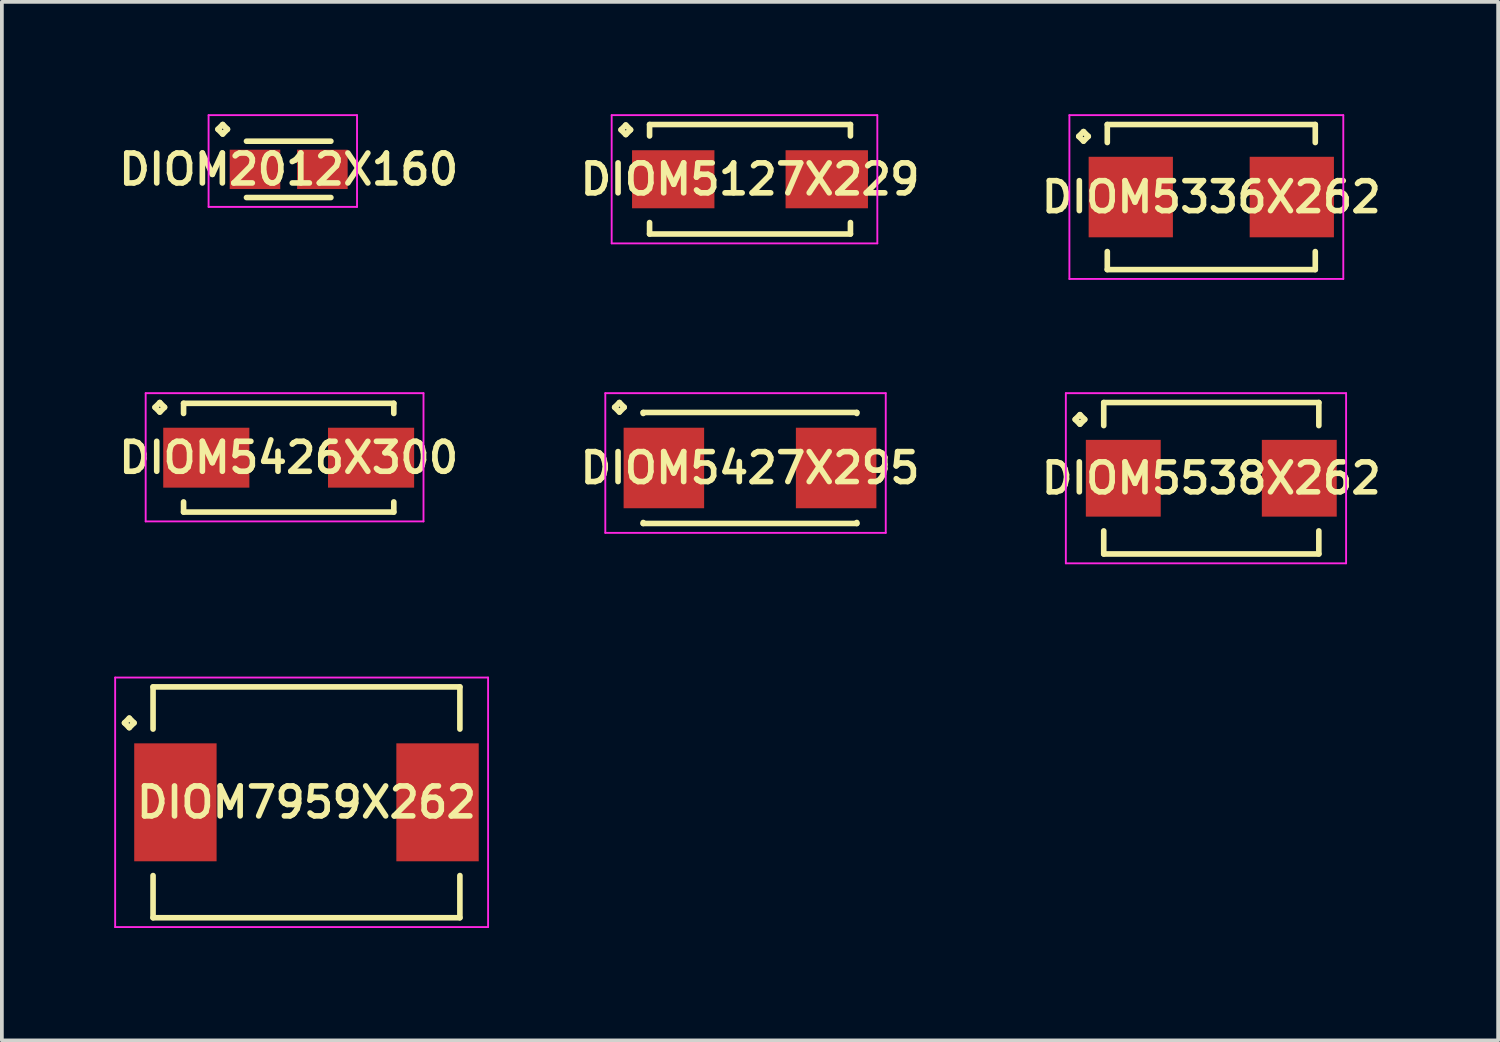
<source format=kicad_pcb>
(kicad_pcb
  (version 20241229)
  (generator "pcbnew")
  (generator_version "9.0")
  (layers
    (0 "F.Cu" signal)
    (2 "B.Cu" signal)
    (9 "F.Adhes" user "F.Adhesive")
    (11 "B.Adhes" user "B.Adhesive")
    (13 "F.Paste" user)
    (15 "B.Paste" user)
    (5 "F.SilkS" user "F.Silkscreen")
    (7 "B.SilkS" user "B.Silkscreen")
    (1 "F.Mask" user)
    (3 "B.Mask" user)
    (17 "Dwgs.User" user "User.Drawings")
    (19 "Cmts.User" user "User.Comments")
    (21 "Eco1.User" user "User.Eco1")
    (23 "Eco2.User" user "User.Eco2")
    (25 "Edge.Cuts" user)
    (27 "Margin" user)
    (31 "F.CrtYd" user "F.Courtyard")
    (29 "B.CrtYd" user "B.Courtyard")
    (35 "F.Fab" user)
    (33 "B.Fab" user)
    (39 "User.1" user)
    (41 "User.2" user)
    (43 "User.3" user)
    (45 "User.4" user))
  (footprint "DIOM5426X300"
    (layer "F.Cu")
    (at 4.659 9.172)
    (property "Reference" "DIOM5426X300" (at 0 0 0) (layer "F.SilkS") (effects (font (size 0.8 0.8) (thickness 0.15))))
    (attr smd)
    (fp_line (start -3.569 -1.346) (end -3.442 -1.473) (stroke (width 0.15) (type solid)) (layer "F.SilkS"))
    (fp_line (start -3.442 -1.473) (end -3.315 -1.346) (stroke (width 0.15) (type solid)) (layer "F.SilkS"))
    (fp_line (start -3.442 -1.219) (end -3.569 -1.346) (stroke (width 0.15) (type solid)) (layer "F.SilkS"))
    (fp_line (start -3.315 -1.346) (end -3.442 -1.219) (stroke (width 0.15) (type solid)) (layer "F.SilkS"))
    (fp_line (start -2.807 -1.452) (end 2.807 -1.452) (stroke (width 0.15) (type solid)) (layer "F.SilkS"))
    (fp_line (start -2.807 -1.181) (end -2.807 -1.452) (stroke (width 0.15) (type solid)) (layer "F.SilkS"))
    (fp_line (start -2.807 1.181) (end -2.807 1.452) (stroke (width 0.15) (type solid)) (layer "F.SilkS"))
    (fp_line (start -2.807 1.452) (end 2.807 1.452) (stroke (width 0.15) (type solid)) (layer "F.SilkS"))
    (fp_line (start 2.807 -1.452) (end 2.807 -1.181) (stroke (width 0.15) (type solid)) (layer "F.SilkS"))
    (fp_line (start 2.807 1.452) (end 2.807 1.181) (stroke (width 0.15) (type solid)) (layer "F.SilkS"))
    (fp_line (start -3.819 -1.723) (end 3.6 -1.723) (stroke (width 0.05) (type solid)) (layer "F.CrtYd"))
    (fp_line (start -3.819 1.702) (end -3.819 -1.723) (stroke (width 0.05) (type solid)) (layer "F.CrtYd"))
    (fp_line (start 3.6 -1.723) (end 3.6 1.702) (stroke (width 0.05) (type solid)) (layer "F.CrtYd"))
    (fp_line (start 3.6 1.702) (end -3.819 1.702) (stroke (width 0.05) (type solid)) (layer "F.CrtYd"))
    (pad "1" smd rect (at -2.2 0) (size 2.3 1.6) (layers "F.Cu" "F.Mask" "F.Paste"))
    (pad "2" smd rect (at 2.2 0) (size 2.3 1.6) (layers "F.Cu" "F.Mask" "F.Paste")))
  (footprint "DIOM5127X229"
    (layer "F.Cu")
    (at 16.978 1.737)
    (property "Reference" "DIOM5127X229" (at 0 0 0) (layer "F.SilkS") (effects (font (size 0.8 0.8) (thickness 0.15))))
    (attr smd)
    (fp_line (start -3.444 -1.321) (end -3.317 -1.448) (stroke (width 0.15) (type solid)) (layer "F.SilkS"))
    (fp_line (start -3.317 -1.448) (end -3.19 -1.321) (stroke (width 0.15) (type solid)) (layer "F.SilkS"))
    (fp_line (start -3.317 -1.194) (end -3.444 -1.321) (stroke (width 0.15) (type solid)) (layer "F.SilkS"))
    (fp_line (start -3.19 -1.321) (end -3.317 -1.194) (stroke (width 0.15) (type solid)) (layer "F.SilkS"))
    (fp_line (start -2.682 -1.462) (end 2.682 -1.462) (stroke (width 0.15) (type solid)) (layer "F.SilkS"))
    (fp_line (start -2.682 -1.156) (end -2.682 -1.462) (stroke (width 0.15) (type solid)) (layer "F.SilkS"))
    (fp_line (start -2.682 1.156) (end -2.682 1.462) (stroke (width 0.15) (type solid)) (layer "F.SilkS"))
    (fp_line (start -2.682 1.462) (end 2.682 1.462) (stroke (width 0.15) (type solid)) (layer "F.SilkS"))
    (fp_line (start 2.682 -1.462) (end 2.682 -1.156) (stroke (width 0.15) (type solid)) (layer "F.SilkS"))
    (fp_line (start 2.682 1.462) (end 2.682 1.156) (stroke (width 0.15) (type solid)) (layer "F.SilkS"))
    (fp_line (start -3.694 -1.712) (end 3.4 -1.712) (stroke (width 0.05) (type solid)) (layer "F.CrtYd"))
    (fp_line (start -3.694 1.712) (end -3.694 -1.712) (stroke (width 0.05) (type solid)) (layer "F.CrtYd"))
    (fp_line (start 3.4 -1.712) (end 3.4 1.712) (stroke (width 0.05) (type solid)) (layer "F.CrtYd"))
    (fp_line (start 3.4 1.712) (end -3.694 1.712) (stroke (width 0.05) (type solid)) (layer "F.CrtYd"))
    (pad "1" smd rect (at -2.05 0) (size 2.2 1.55) (layers "F.Cu" "F.Mask" "F.Paste"))
    (pad "2" smd rect (at 2.05 0) (size 2.2 1.55) (layers "F.Cu" "F.Mask" "F.Paste")))
  (footprint "DIOM2012X160"
    (layer "F.Cu")
    (at 4.659 1.473)
    (property "Reference" "DIOM2012X160" (at 0 0 0) (layer "F.SilkS") (effects (font (size 0.8 0.8) (thickness 0.15))))
    (attr smd)
    (fp_line (start -1.889 -1.071) (end -1.762 -1.198) (stroke (width 0.15) (type solid)) (layer "F.SilkS"))
    (fp_line (start -1.762 -1.198) (end -1.635 -1.071) (stroke (width 0.15) (type solid)) (layer "F.SilkS"))
    (fp_line (start -1.762 -0.944) (end -1.889 -1.071) (stroke (width 0.15) (type solid)) (layer "F.SilkS"))
    (fp_line (start -1.635 -1.071) (end -1.762 -0.944) (stroke (width 0.15) (type solid)) (layer "F.SilkS"))
    (fp_line (start -1.127 -0.752) (end 1.127 -0.752) (stroke (width 0.15) (type solid)) (layer "F.SilkS"))
    (fp_line (start -1.127 0.752) (end 1.127 0.752) (stroke (width 0.15) (type solid)) (layer "F.SilkS"))
    (fp_line (start -2.139 -1.448) (end 1.825 -1.448) (stroke (width 0.05) (type solid)) (layer "F.CrtYd"))
    (fp_line (start -2.139 1.002) (end -2.139 -1.448) (stroke (width 0.05) (type solid)) (layer "F.CrtYd"))
    (fp_line (start 1.825 -1.448) (end 1.825 1.002) (stroke (width 0.05) (type solid)) (layer "F.CrtYd"))
    (fp_line (start 1.825 1.002) (end -2.139 1.002) (stroke (width 0.05) (type solid)) (layer "F.CrtYd"))
    (pad "1" smd rect (at -0.9 0) (size 1.35 1.05) (layers "F.Cu" "F.Mask" "F.Paste"))
    (pad "2" smd rect (at 0.9 0) (size 1.35 1.05) (layers "F.Cu" "F.Mask" "F.Paste")))
  (footprint "DIOM5427X295"
    (layer "F.Cu")
    (at 16.978 9.447)
    (property "Reference" "DIOM5427X295" (at 0 0 0) (layer "F.SilkS") (effects (font (size 0.8 0.8) (thickness 0.15))))
    (attr smd)
    (fp_line (start -3.614 -1.621) (end -3.487 -1.748) (stroke (width 0.15) (type solid)) (layer "F.SilkS"))
    (fp_line (start -3.487 -1.748) (end -3.36 -1.621) (stroke (width 0.15) (type solid)) (layer "F.SilkS"))
    (fp_line (start -3.487 -1.494) (end -3.614 -1.621) (stroke (width 0.15) (type solid)) (layer "F.SilkS"))
    (fp_line (start -3.36 -1.621) (end -3.487 -1.494) (stroke (width 0.15) (type solid)) (layer "F.SilkS"))
    (fp_line (start -2.852 -1.482) (end 2.852 -1.482) (stroke (width 0.15) (type solid)) (layer "F.SilkS"))
    (fp_line (start -2.852 -1.456) (end -2.852 -1.482) (stroke (width 0.15) (type solid)) (layer "F.SilkS"))
    (fp_line (start -2.852 1.456) (end -2.852 1.482) (stroke (width 0.15) (type solid)) (layer "F.SilkS"))
    (fp_line (start -2.852 1.482) (end 2.852 1.482) (stroke (width 0.15) (type solid)) (layer "F.SilkS"))
    (fp_line (start 2.852 -1.482) (end 2.852 -1.456) (stroke (width 0.15) (type solid)) (layer "F.SilkS"))
    (fp_line (start 2.852 1.482) (end 2.852 1.456) (stroke (width 0.15) (type solid)) (layer "F.SilkS"))
    (fp_line (start -3.864 -1.998) (end 3.625 -1.998) (stroke (width 0.05) (type solid)) (layer "F.CrtYd"))
    (fp_line (start -3.864 1.732) (end -3.864 -1.998) (stroke (width 0.05) (type solid)) (layer "F.CrtYd"))
    (fp_line (start 3.625 -1.998) (end 3.625 1.732) (stroke (width 0.05) (type solid)) (layer "F.CrtYd"))
    (fp_line (start 3.625 1.732) (end -3.864 1.732) (stroke (width 0.05) (type solid)) (layer "F.CrtYd"))
    (pad "1" smd rect (at -2.3 0) (size 2.15 2.15) (layers "F.Cu" "F.Mask" "F.Paste"))
    (pad "2" smd rect (at 2.3 0) (size 2.15 2.15) (layers "F.Cu" "F.Mask" "F.Paste")))
  (footprint "DIOM5336X262"
    (layer "F.Cu")
    (at 29.296 2.212)
    (property "Reference" "DIOM5336X262" (at 0 0 0) (layer "F.SilkS") (effects (font (size 0.8 0.8) (thickness 0.15))))
    (attr smd)
    (fp_line (start -3.539 -1.621) (end -3.412 -1.748) (stroke (width 0.15) (type solid)) (layer "F.SilkS"))
    (fp_line (start -3.412 -1.748) (end -3.285 -1.621) (stroke (width 0.15) (type solid)) (layer "F.SilkS"))
    (fp_line (start -3.412 -1.494) (end -3.539 -1.621) (stroke (width 0.15) (type solid)) (layer "F.SilkS"))
    (fp_line (start -3.285 -1.621) (end -3.412 -1.494) (stroke (width 0.15) (type solid)) (layer "F.SilkS"))
    (fp_line (start -2.777 -1.937) (end 2.777 -1.937) (stroke (width 0.15) (type solid)) (layer "F.SilkS"))
    (fp_line (start -2.777 -1.456) (end -2.777 -1.937) (stroke (width 0.15) (type solid)) (layer "F.SilkS"))
    (fp_line (start -2.777 1.456) (end -2.777 1.937) (stroke (width 0.15) (type solid)) (layer "F.SilkS"))
    (fp_line (start -2.777 1.937) (end 2.777 1.937) (stroke (width 0.15) (type solid)) (layer "F.SilkS"))
    (fp_line (start 2.777 -1.937) (end 2.777 -1.456) (stroke (width 0.15) (type solid)) (layer "F.SilkS"))
    (fp_line (start 2.777 1.937) (end 2.777 1.456) (stroke (width 0.15) (type solid)) (layer "F.SilkS"))
    (fp_line (start -3.789 -2.187) (end 3.525 -2.187) (stroke (width 0.05) (type solid)) (layer "F.CrtYd"))
    (fp_line (start -3.789 2.187) (end -3.789 -2.187) (stroke (width 0.05) (type solid)) (layer "F.CrtYd"))
    (fp_line (start 3.525 -2.187) (end 3.525 2.187) (stroke (width 0.05) (type solid)) (layer "F.CrtYd"))
    (fp_line (start 3.525 2.187) (end -3.789 2.187) (stroke (width 0.05) (type solid)) (layer "F.CrtYd"))
    (pad "1" smd rect (at -2.15 0) (size 2.25 2.15) (layers "F.Cu" "F.Mask" "F.Paste"))
    (pad "2" smd rect (at 2.15 0) (size 2.25 2.15) (layers "F.Cu" "F.Mask" "F.Paste")))
  (footprint "DIOM7959X262"
    (layer "F.Cu")
    (at 5.134 18.375)
    (property "Reference" "DIOM7959X262" (at 0 0 0) (layer "F.SilkS") (effects (font (size 0.8 0.8) (thickness 0.15))))
    (attr smd)
    (fp_line (start -4.859 -2.121) (end -4.732 -2.248) (stroke (width 0.15) (type solid)) (layer "F.SilkS"))
    (fp_line (start -4.732 -2.248) (end -4.605 -2.121) (stroke (width 0.15) (type solid)) (layer "F.SilkS"))
    (fp_line (start -4.732 -1.994) (end -4.859 -2.121) (stroke (width 0.15) (type solid)) (layer "F.SilkS"))
    (fp_line (start -4.605 -2.121) (end -4.732 -1.994) (stroke (width 0.15) (type solid)) (layer "F.SilkS"))
    (fp_line (start -4.097 -3.082) (end 4.097 -3.082) (stroke (width 0.15) (type solid)) (layer "F.SilkS"))
    (fp_line (start -4.097 -1.956) (end -4.097 -3.082) (stroke (width 0.15) (type solid)) (layer "F.SilkS"))
    (fp_line (start -4.097 1.956) (end -4.097 3.082) (stroke (width 0.15) (type solid)) (layer "F.SilkS"))
    (fp_line (start -4.097 3.082) (end 4.097 3.082) (stroke (width 0.15) (type solid)) (layer "F.SilkS"))
    (fp_line (start 4.097 -3.082) (end 4.097 -1.956) (stroke (width 0.15) (type solid)) (layer "F.SilkS"))
    (fp_line (start 4.097 3.082) (end 4.097 1.956) (stroke (width 0.15) (type solid)) (layer "F.SilkS"))
    (fp_line (start -5.109 -3.332) (end 4.85 -3.332) (stroke (width 0.05) (type solid)) (layer "F.CrtYd"))
    (fp_line (start -5.109 3.332) (end -5.109 -3.332) (stroke (width 0.05) (type solid)) (layer "F.CrtYd"))
    (fp_line (start 4.85 -3.332) (end 4.85 3.332) (stroke (width 0.05) (type solid)) (layer "F.CrtYd"))
    (fp_line (start 4.85 3.332) (end -5.109 3.332) (stroke (width 0.05) (type solid)) (layer "F.CrtYd"))
    (pad "1" smd rect (at -3.5 0) (size 2.2 3.15) (layers "F.Cu" "F.Mask" "F.Paste"))
    (pad "2" smd rect (at 3.5 0) (size 2.2 3.15) (layers "F.Cu" "F.Mask" "F.Paste")))
  (footprint "DIOM5538X262"
    (layer "F.Cu")
    (at 29.296 9.721)
    (property "Reference" "DIOM5538X262" (at 0 0 0) (layer "F.SilkS") (effects (font (size 0.8 0.8) (thickness 0.15))))
    (attr smd)
    (fp_line (start -3.634 -1.571) (end -3.507 -1.698) (stroke (width 0.15) (type solid)) (layer "F.SilkS"))
    (fp_line (start -3.507 -1.698) (end -3.38 -1.571) (stroke (width 0.15) (type solid)) (layer "F.SilkS"))
    (fp_line (start -3.507 -1.444) (end -3.634 -1.571) (stroke (width 0.15) (type solid)) (layer "F.SilkS"))
    (fp_line (start -3.38 -1.571) (end -3.507 -1.444) (stroke (width 0.15) (type solid)) (layer "F.SilkS"))
    (fp_line (start -2.872 -2.022) (end 2.872 -2.022) (stroke (width 0.15) (type solid)) (layer "F.SilkS"))
    (fp_line (start -2.872 -1.406) (end -2.872 -2.022) (stroke (width 0.15) (type solid)) (layer "F.SilkS"))
    (fp_line (start -2.872 1.406) (end -2.872 2.022) (stroke (width 0.15) (type solid)) (layer "F.SilkS"))
    (fp_line (start -2.872 2.022) (end 2.872 2.022) (stroke (width 0.15) (type solid)) (layer "F.SilkS"))
    (fp_line (start 2.872 -2.022) (end 2.872 -1.406) (stroke (width 0.15) (type solid)) (layer "F.SilkS"))
    (fp_line (start 2.872 2.022) (end 2.872 1.406) (stroke (width 0.15) (type solid)) (layer "F.SilkS"))
    (fp_line (start -3.884 -2.272) (end 3.6 -2.272) (stroke (width 0.05) (type solid)) (layer "F.CrtYd"))
    (fp_line (start -3.884 2.272) (end -3.884 -2.272) (stroke (width 0.05) (type solid)) (layer "F.CrtYd"))
    (fp_line (start 3.6 -2.272) (end 3.6 2.272) (stroke (width 0.05) (type solid)) (layer "F.CrtYd"))
    (fp_line (start 3.6 2.272) (end -3.884 2.272) (stroke (width 0.05) (type solid)) (layer "F.CrtYd"))
    (pad "1" smd rect (at -2.35 0) (size 2 2.05) (layers "F.Cu" "F.Mask" "F.Paste"))
    (pad "2" smd rect (at 2.35 0) (size 2 2.05) (layers "F.Cu" "F.Mask" "F.Paste")))
  (gr_rect
    (start -3 -3)
    (end 36.956 24.732)
    (stroke (width 0.1) (type default))
    (fill no)
    (layer "Edge.Cuts")))
</source>
